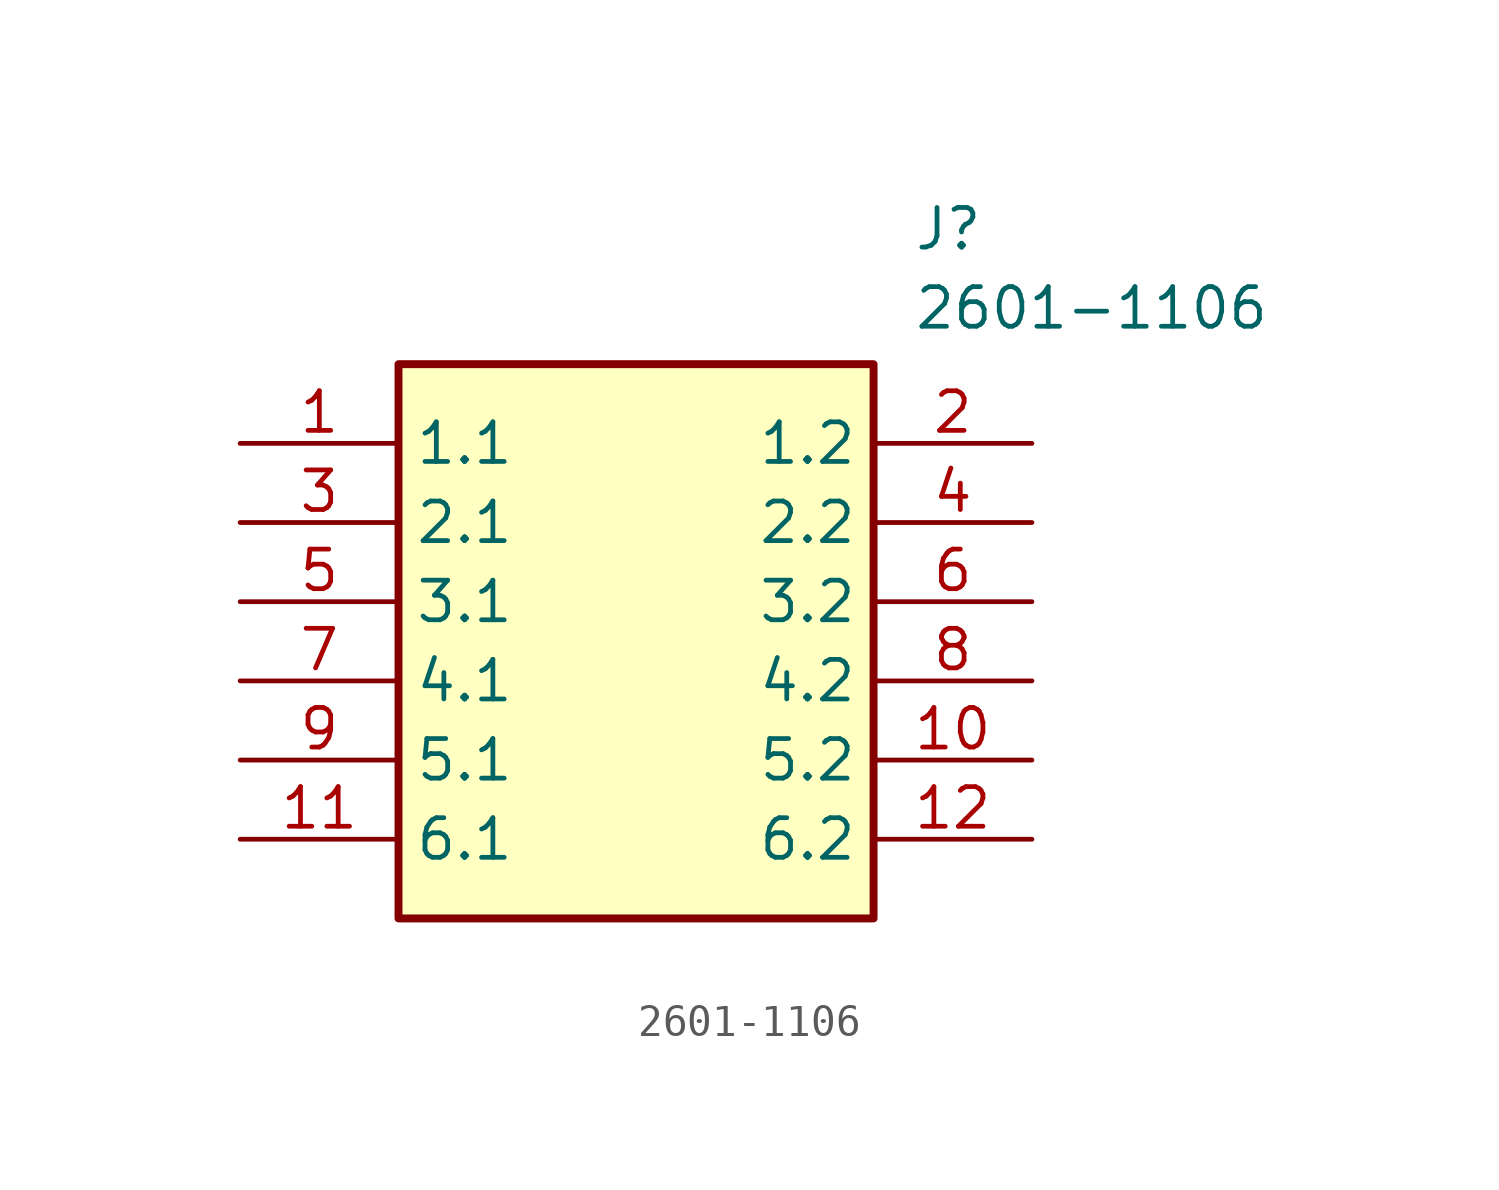
<source format=kicad_sym>
(kicad_symbol_lib
  (version 20211014)
  (generator library-loader)
  (symbol "2601-1106"
    (property "Reference" "J"
      (at 21.59 7.62 0)
      (effects (font (size 1.27 1.27)) (justify left top)))
    (property "Value" "2601-1106"
      (at 21.59 5.08 0)
      (effects (font (size 1.27 1.27)) (justify left top)))
    (rectangle
      (start 5.08 2.54)
      (end 20.32 -15.24)
      (stroke (width 0.254) (type default))
      (fill (type background)))
    (pin passive line
      (at 0 0 0)
      (length 5.08)
      (name "1.1" (effects (font (size 1.27 1.27))))
      (number "1" (effects (font (size 1.27 1.27)))))
    (pin passive line
      (at 25.4 0 180)
      (length 5.08)
      (name "1.2" (effects (font (size 1.27 1.27))))
      (number "2" (effects (font (size 1.27 1.27)))))
    (pin passive line
      (at 0 -2.54 0)
      (length 5.08)
      (name "2.1" (effects (font (size 1.27 1.27))))
      (number "3" (effects (font (size 1.27 1.27)))))
    (pin passive line
      (at 25.4 -2.54 180)
      (length 5.08)
      (name "2.2" (effects (font (size 1.27 1.27))))
      (number "4" (effects (font (size 1.27 1.27)))))
    (pin passive line
      (at 0 -5.08 0)
      (length 5.08)
      (name "3.1" (effects (font (size 1.27 1.27))))
      (number "5" (effects (font (size 1.27 1.27)))))
    (pin passive line
      (at 25.4 -5.08 180)
      (length 5.08)
      (name "3.2" (effects (font (size 1.27 1.27))))
      (number "6" (effects (font (size 1.27 1.27)))))
    (pin passive line
      (at 0 -7.62 0)
      (length 5.08)
      (name "4.1" (effects (font (size 1.27 1.27))))
      (number "7" (effects (font (size 1.27 1.27)))))
    (pin passive line
      (at 25.4 -7.62 180)
      (length 5.08)
      (name "4.2" (effects (font (size 1.27 1.27))))
      (number "8" (effects (font (size 1.27 1.27)))))
    (pin passive line
      (at 0 -10.16 0)
      (length 5.08)
      (name "5.1" (effects (font (size 1.27 1.27))))
      (number "9" (effects (font (size 1.27 1.27)))))
    (pin passive line
      (at 25.4 -10.16 180)
      (length 5.08)
      (name "5.2" (effects (font (size 1.27 1.27))))
      (number "10" (effects (font (size 1.27 1.27)))))
    (pin passive line
      (at 0 -12.7 0)
      (length 5.08)
      (name "6.1" (effects (font (size 1.27 1.27))))
      (number "11" (effects (font (size 1.27 1.27)))))
    (pin passive line
      (at 25.4 -12.7 180)
      (length 5.08)
      (name "6.2" (effects (font (size 1.27 1.27))))
      (number "12" (effects (font (size 1.27 1.27)))))))
</source>
